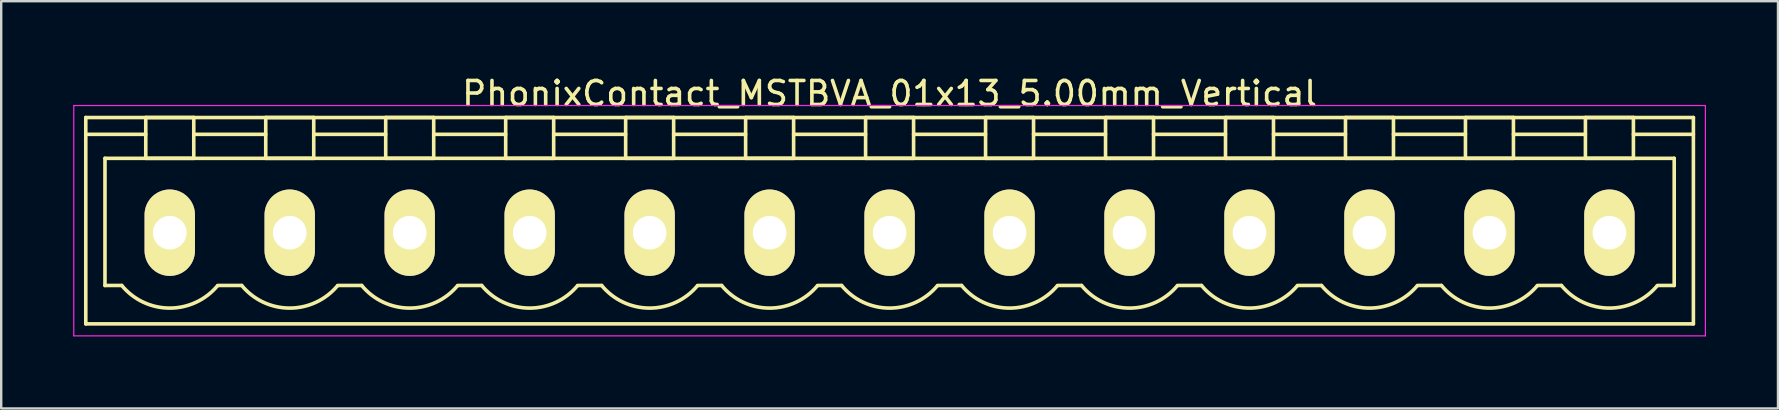
<source format=kicad_pcb>
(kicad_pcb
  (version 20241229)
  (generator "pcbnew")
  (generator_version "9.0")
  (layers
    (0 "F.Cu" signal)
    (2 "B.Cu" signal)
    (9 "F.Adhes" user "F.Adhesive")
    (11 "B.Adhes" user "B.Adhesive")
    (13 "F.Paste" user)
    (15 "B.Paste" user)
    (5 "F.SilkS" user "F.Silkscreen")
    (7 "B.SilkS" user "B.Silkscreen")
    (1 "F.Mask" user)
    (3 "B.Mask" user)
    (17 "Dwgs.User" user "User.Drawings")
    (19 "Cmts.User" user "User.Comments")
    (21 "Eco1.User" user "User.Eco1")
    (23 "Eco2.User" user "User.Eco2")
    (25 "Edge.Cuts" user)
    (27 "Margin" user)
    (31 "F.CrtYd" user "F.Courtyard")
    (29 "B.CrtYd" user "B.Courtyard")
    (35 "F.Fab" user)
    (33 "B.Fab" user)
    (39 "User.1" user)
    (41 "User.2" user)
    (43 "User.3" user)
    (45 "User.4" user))
  (footprint "PhonixContact_MSTBVA_01x13_5.00mm_Vertical"
    (layer "F.Cu")
    (at 4.025 6.648)
    (property "Reference" "PhonixContact_MSTBVA_01x13_5.00mm_Vertical" (at 30 -5.8 0) (layer "F.SilkS") (effects (font (size 1 1) (thickness 0.15))))
    (attr through_hole)
    (fp_line (start -3.5 -4.8) (end -3.5 3.8) (stroke (width 0.15) (type solid)) (layer "F.SilkS"))
    (fp_line (start -3.5 -4.1) (end -1 -4.1) (stroke (width 0.15) (type solid)) (layer "F.SilkS"))
    (fp_line (start -3.5 3.8) (end 63.5 3.8) (stroke (width 0.15) (type solid)) (layer "F.SilkS"))
    (fp_line (start -2.7 -3.1) (end 62.7 -3.1) (stroke (width 0.15) (type solid)) (layer "F.SilkS"))
    (fp_line (start -2.7 2.2) (end -2.7 -3.1) (stroke (width 0.15) (type solid)) (layer "F.SilkS"))
    (fp_line (start -2 2.2) (end -2.7 2.2) (stroke (width 0.15) (type solid)) (layer "F.SilkS"))
    (fp_line (start -1 -4.8) (end 1 -4.8) (stroke (width 0.15) (type solid)) (layer "F.SilkS"))
    (fp_line (start -1 -3.1) (end -1 -4.8) (stroke (width 0.15) (type solid)) (layer "F.SilkS"))
    (fp_line (start 1 -4.8) (end 1 -3.1) (stroke (width 0.15) (type solid)) (layer "F.SilkS"))
    (fp_line (start 1 -4.1) (end 4 -4.1) (stroke (width 0.15) (type solid)) (layer "F.SilkS"))
    (fp_line (start 1 -3.1) (end -1 -3.1) (stroke (width 0.15) (type solid)) (layer "F.SilkS"))
    (fp_line (start 2 2.2) (end 3 2.2) (stroke (width 0.15) (type solid)) (layer "F.SilkS"))
    (fp_line (start 4 -4.8) (end 6 -4.8) (stroke (width 0.15) (type solid)) (layer "F.SilkS"))
    (fp_line (start 4 -3.1) (end 4 -4.8) (stroke (width 0.15) (type solid)) (layer "F.SilkS"))
    (fp_line (start 6 -4.8) (end 6 -3.1) (stroke (width 0.15) (type solid)) (layer "F.SilkS"))
    (fp_line (start 6 -4.1) (end 9 -4.1) (stroke (width 0.15) (type solid)) (layer "F.SilkS"))
    (fp_line (start 6 -3.1) (end 4 -3.1) (stroke (width 0.15) (type solid)) (layer "F.SilkS"))
    (fp_line (start 7 2.2) (end 8 2.2) (stroke (width 0.15) (type solid)) (layer "F.SilkS"))
    (fp_line (start 9 -4.8) (end 11 -4.8) (stroke (width 0.15) (type solid)) (layer "F.SilkS"))
    (fp_line (start 9 -3.1) (end 9 -4.8) (stroke (width 0.15) (type solid)) (layer "F.SilkS"))
    (fp_line (start 11 -4.8) (end 11 -3.1) (stroke (width 0.15) (type solid)) (layer "F.SilkS"))
    (fp_line (start 11 -4.1) (end 14 -4.1) (stroke (width 0.15) (type solid)) (layer "F.SilkS"))
    (fp_line (start 11 -3.1) (end 9 -3.1) (stroke (width 0.15) (type solid)) (layer "F.SilkS"))
    (fp_line (start 12 2.2) (end 13 2.2) (stroke (width 0.15) (type solid)) (layer "F.SilkS"))
    (fp_line (start 14 -4.8) (end 16 -4.8) (stroke (width 0.15) (type solid)) (layer "F.SilkS"))
    (fp_line (start 14 -3.1) (end 14 -4.8) (stroke (width 0.15) (type solid)) (layer "F.SilkS"))
    (fp_line (start 16 -4.8) (end 16 -3.1) (stroke (width 0.15) (type solid)) (layer "F.SilkS"))
    (fp_line (start 16 -4.1) (end 19 -4.1) (stroke (width 0.15) (type solid)) (layer "F.SilkS"))
    (fp_line (start 16 -3.1) (end 14 -3.1) (stroke (width 0.15) (type solid)) (layer "F.SilkS"))
    (fp_line (start 17 2.2) (end 18 2.2) (stroke (width 0.15) (type solid)) (layer "F.SilkS"))
    (fp_line (start 19 -4.8) (end 21 -4.8) (stroke (width 0.15) (type solid)) (layer "F.SilkS"))
    (fp_line (start 19 -3.1) (end 19 -4.8) (stroke (width 0.15) (type solid)) (layer "F.SilkS"))
    (fp_line (start 21 -4.8) (end 21 -3.1) (stroke (width 0.15) (type solid)) (layer "F.SilkS"))
    (fp_line (start 21 -4.1) (end 24 -4.1) (stroke (width 0.15) (type solid)) (layer "F.SilkS"))
    (fp_line (start 21 -3.1) (end 19 -3.1) (stroke (width 0.15) (type solid)) (layer "F.SilkS"))
    (fp_line (start 22 2.2) (end 23 2.2) (stroke (width 0.15) (type solid)) (layer "F.SilkS"))
    (fp_line (start 24 -4.8) (end 26 -4.8) (stroke (width 0.15) (type solid)) (layer "F.SilkS"))
    (fp_line (start 24 -3.1) (end 24 -4.8) (stroke (width 0.15) (type solid)) (layer "F.SilkS"))
    (fp_line (start 26 -4.8) (end 26 -3.1) (stroke (width 0.15) (type solid)) (layer "F.SilkS"))
    (fp_line (start 26 -4.1) (end 29 -4.1) (stroke (width 0.15) (type solid)) (layer "F.SilkS"))
    (fp_line (start 26 -3.1) (end 24 -3.1) (stroke (width 0.15) (type solid)) (layer "F.SilkS"))
    (fp_line (start 27 2.2) (end 28 2.2) (stroke (width 0.15) (type solid)) (layer "F.SilkS"))
    (fp_line (start 29 -4.8) (end 31 -4.8) (stroke (width 0.15) (type solid)) (layer "F.SilkS"))
    (fp_line (start 29 -3.1) (end 29 -4.8) (stroke (width 0.15) (type solid)) (layer "F.SilkS"))
    (fp_line (start 31 -4.8) (end 31 -3.1) (stroke (width 0.15) (type solid)) (layer "F.SilkS"))
    (fp_line (start 31 -4.1) (end 34 -4.1) (stroke (width 0.15) (type solid)) (layer "F.SilkS"))
    (fp_line (start 31 -3.1) (end 29 -3.1) (stroke (width 0.15) (type solid)) (layer "F.SilkS"))
    (fp_line (start 32 2.2) (end 33 2.2) (stroke (width 0.15) (type solid)) (layer "F.SilkS"))
    (fp_line (start 34 -4.8) (end 36 -4.8) (stroke (width 0.15) (type solid)) (layer "F.SilkS"))
    (fp_line (start 34 -3.1) (end 34 -4.8) (stroke (width 0.15) (type solid)) (layer "F.SilkS"))
    (fp_line (start 36 -4.8) (end 36 -3.1) (stroke (width 0.15) (type solid)) (layer "F.SilkS"))
    (fp_line (start 36 -4.1) (end 39 -4.1) (stroke (width 0.15) (type solid)) (layer "F.SilkS"))
    (fp_line (start 36 -3.1) (end 34 -3.1) (stroke (width 0.15) (type solid)) (layer "F.SilkS"))
    (fp_line (start 37 2.2) (end 38 2.2) (stroke (width 0.15) (type solid)) (layer "F.SilkS"))
    (fp_line (start 39 -4.8) (end 41 -4.8) (stroke (width 0.15) (type solid)) (layer "F.SilkS"))
    (fp_line (start 39 -3.1) (end 39 -4.8) (stroke (width 0.15) (type solid)) (layer "F.SilkS"))
    (fp_line (start 41 -4.8) (end 41 -3.1) (stroke (width 0.15) (type solid)) (layer "F.SilkS"))
    (fp_line (start 41 -4.1) (end 44 -4.1) (stroke (width 0.15) (type solid)) (layer "F.SilkS"))
    (fp_line (start 41 -3.1) (end 39 -3.1) (stroke (width 0.15) (type solid)) (layer "F.SilkS"))
    (fp_line (start 42 2.2) (end 43 2.2) (stroke (width 0.15) (type solid)) (layer "F.SilkS"))
    (fp_line (start 44 -4.8) (end 46 -4.8) (stroke (width 0.15) (type solid)) (layer "F.SilkS"))
    (fp_line (start 44 -3.1) (end 44 -4.8) (stroke (width 0.15) (type solid)) (layer "F.SilkS"))
    (fp_line (start 46 -4.8) (end 46 -3.1) (stroke (width 0.15) (type solid)) (layer "F.SilkS"))
    (fp_line (start 46 -4.1) (end 49 -4.1) (stroke (width 0.15) (type solid)) (layer "F.SilkS"))
    (fp_line (start 46 -3.1) (end 44 -3.1) (stroke (width 0.15) (type solid)) (layer "F.SilkS"))
    (fp_line (start 47 2.2) (end 48 2.2) (stroke (width 0.15) (type solid)) (layer "F.SilkS"))
    (fp_line (start 49 -4.8) (end 51 -4.8) (stroke (width 0.15) (type solid)) (layer "F.SilkS"))
    (fp_line (start 49 -3.1) (end 49 -4.8) (stroke (width 0.15) (type solid)) (layer "F.SilkS"))
    (fp_line (start 51 -4.8) (end 51 -3.1) (stroke (width 0.15) (type solid)) (layer "F.SilkS"))
    (fp_line (start 51 -4.1) (end 54 -4.1) (stroke (width 0.15) (type solid)) (layer "F.SilkS"))
    (fp_line (start 51 -3.1) (end 49 -3.1) (stroke (width 0.15) (type solid)) (layer "F.SilkS"))
    (fp_line (start 52 2.2) (end 53 2.2) (stroke (width 0.15) (type solid)) (layer "F.SilkS"))
    (fp_line (start 54 -4.8) (end 56 -4.8) (stroke (width 0.15) (type solid)) (layer "F.SilkS"))
    (fp_line (start 54 -3.1) (end 54 -4.8) (stroke (width 0.15) (type solid)) (layer "F.SilkS"))
    (fp_line (start 56 -4.8) (end 56 -3.1) (stroke (width 0.15) (type solid)) (layer "F.SilkS"))
    (fp_line (start 56 -4.1) (end 59 -4.1) (stroke (width 0.15) (type solid)) (layer "F.SilkS"))
    (fp_line (start 56 -3.1) (end 54 -3.1) (stroke (width 0.15) (type solid)) (layer "F.SilkS"))
    (fp_line (start 57 2.2) (end 58 2.2) (stroke (width 0.15) (type solid)) (layer "F.SilkS"))
    (fp_line (start 59 -4.8) (end 61 -4.8) (stroke (width 0.15) (type solid)) (layer "F.SilkS"))
    (fp_line (start 59 -3.1) (end 59 -4.8) (stroke (width 0.15) (type solid)) (layer "F.SilkS"))
    (fp_line (start 61 -4.8) (end 61 -3.1) (stroke (width 0.15) (type solid)) (layer "F.SilkS"))
    (fp_line (start 61 -3.1) (end 59 -3.1) (stroke (width 0.15) (type solid)) (layer "F.SilkS"))
    (fp_line (start 62.7 -3.1) (end 62.7 2.2) (stroke (width 0.15) (type solid)) (layer "F.SilkS"))
    (fp_line (start 62.7 2.2) (end 62 2.2) (stroke (width 0.15) (type solid)) (layer "F.SilkS"))
    (fp_line (start 63.5 -4.8) (end -3.5 -4.8) (stroke (width 0.15) (type solid)) (layer "F.SilkS"))
    (fp_line (start 63.5 -4.1) (end 61 -4.1) (stroke (width 0.15) (type solid)) (layer "F.SilkS"))
    (fp_line (start 63.5 3.8) (end 63.5 -4.8) (stroke (width 0.15) (type solid)) (layer "F.SilkS"))
    (fp_arc (start 1.986842 2.215821) (mid -0.010289 3.142758) (end -2 2.2) (stroke (width 0.15) (type solid)) (layer "F.SilkS"))
    (fp_arc (start 6.986842 2.215821) (mid 4.989711 3.142758) (end 3 2.2) (stroke (width 0.15) (type solid)) (layer "F.SilkS"))
    (fp_arc (start 11.986842 2.215821) (mid 9.989711 3.142758) (end 8 2.2) (stroke (width 0.15) (type solid)) (layer "F.SilkS"))
    (fp_arc (start 16.986842 2.215821) (mid 14.989711 3.142758) (end 13 2.2) (stroke (width 0.15) (type solid)) (layer "F.SilkS"))
    (fp_arc (start 21.986842 2.215821) (mid 19.989711 3.142758) (end 18 2.2) (stroke (width 0.15) (type solid)) (layer "F.SilkS"))
    (fp_arc (start 26.986842 2.215821) (mid 24.989711 3.142758) (end 23 2.2) (stroke (width 0.15) (type solid)) (layer "F.SilkS"))
    (fp_arc (start 31.986842 2.215821) (mid 29.989711 3.142758) (end 28 2.2) (stroke (width 0.15) (type solid)) (layer "F.SilkS"))
    (fp_arc (start 36.986842 2.215821) (mid 34.989711 3.142758) (end 33 2.2) (stroke (width 0.15) (type solid)) (layer "F.SilkS"))
    (fp_arc (start 41.986842 2.215821) (mid 39.989711 3.142758) (end 38 2.2) (stroke (width 0.15) (type solid)) (layer "F.SilkS"))
    (fp_arc (start 46.986842 2.215821) (mid 44.989711 3.142758) (end 43 2.2) (stroke (width 0.15) (type solid)) (layer "F.SilkS"))
    (fp_arc (start 51.986842 2.215821) (mid 49.989711 3.142758) (end 48 2.2) (stroke (width 0.15) (type solid)) (layer "F.SilkS"))
    (fp_arc (start 56.986842 2.215821) (mid 54.989711 3.142758) (end 53 2.2) (stroke (width 0.15) (type solid)) (layer "F.SilkS"))
    (fp_arc (start 61.986842 2.215821) (mid 59.989711 3.142758) (end 58 2.2) (stroke (width 0.15) (type solid)) (layer "F.SilkS"))
    (fp_line (start -4 -5.3) (end -4 4.3) (stroke (width 0.05) (type solid)) (layer "F.CrtYd"))
    (fp_line (start -4 4.3) (end 64 4.3) (stroke (width 0.05) (type solid)) (layer "F.CrtYd"))
    (fp_line (start 64 -5.3) (end -4 -5.3) (stroke (width 0.05) (type solid)) (layer "F.CrtYd"))
    (fp_line (start 64 4.3) (end 64 -5.3) (stroke (width 0.05) (type solid)) (layer "F.CrtYd"))
    (pad "1" thru_hole oval (at 0 0) (size 2.1 3.6) (drill 1.4) (layers "*.Cu" "*.Mask" "F.SilkS"))
    (pad "2" thru_hole oval (at 5 0) (size 2.1 3.6) (drill 1.4) (layers "*.Cu" "*.Mask" "F.SilkS"))
    (pad "3" thru_hole oval (at 10 0) (size 2.1 3.6) (drill 1.4) (layers "*.Cu" "*.Mask" "F.SilkS"))
    (pad "4" thru_hole oval (at 15 0) (size 2.1 3.6) (drill 1.4) (layers "*.Cu" "*.Mask" "F.SilkS"))
    (pad "5" thru_hole oval (at 20 0) (size 2.1 3.6) (drill 1.4) (layers "*.Cu" "*.Mask" "F.SilkS"))
    (pad "6" thru_hole oval (at 25 0) (size 2.1 3.6) (drill 1.4) (layers "*.Cu" "*.Mask" "F.SilkS"))
    (pad "7" thru_hole oval (at 30 0) (size 2.1 3.6) (drill 1.4) (layers "*.Cu" "*.Mask" "F.SilkS"))
    (pad "8" thru_hole oval (at 35 0) (size 2.1 3.6) (drill 1.4) (layers "*.Cu" "*.Mask" "F.SilkS"))
    (pad "9" thru_hole oval (at 40 0) (size 2.1 3.6) (drill 1.4) (layers "*.Cu" "*.Mask" "F.SilkS"))
    (pad "10" thru_hole oval (at 45 0) (size 2.1 3.6) (drill 1.4) (layers "*.Cu" "*.Mask" "F.SilkS"))
    (pad "11" thru_hole oval (at 50 0) (size 2.1 3.6) (drill 1.4) (layers "*.Cu" "*.Mask" "F.SilkS"))
    (pad "12" thru_hole oval (at 55 0) (size 2.1 3.6) (drill 1.4) (layers "*.Cu" "*.Mask" "F.SilkS"))
    (pad "13" thru_hole oval (at 60 0) (size 2.1 3.6) (drill 1.4) (layers "*.Cu" "*.Mask" "F.SilkS")))
  (gr_rect
    (start -3 -3)
    (end 71.05 13.973)
    (stroke (width 0.1) (type default))
    (fill no)
    (layer "Edge.Cuts")))
</source>
